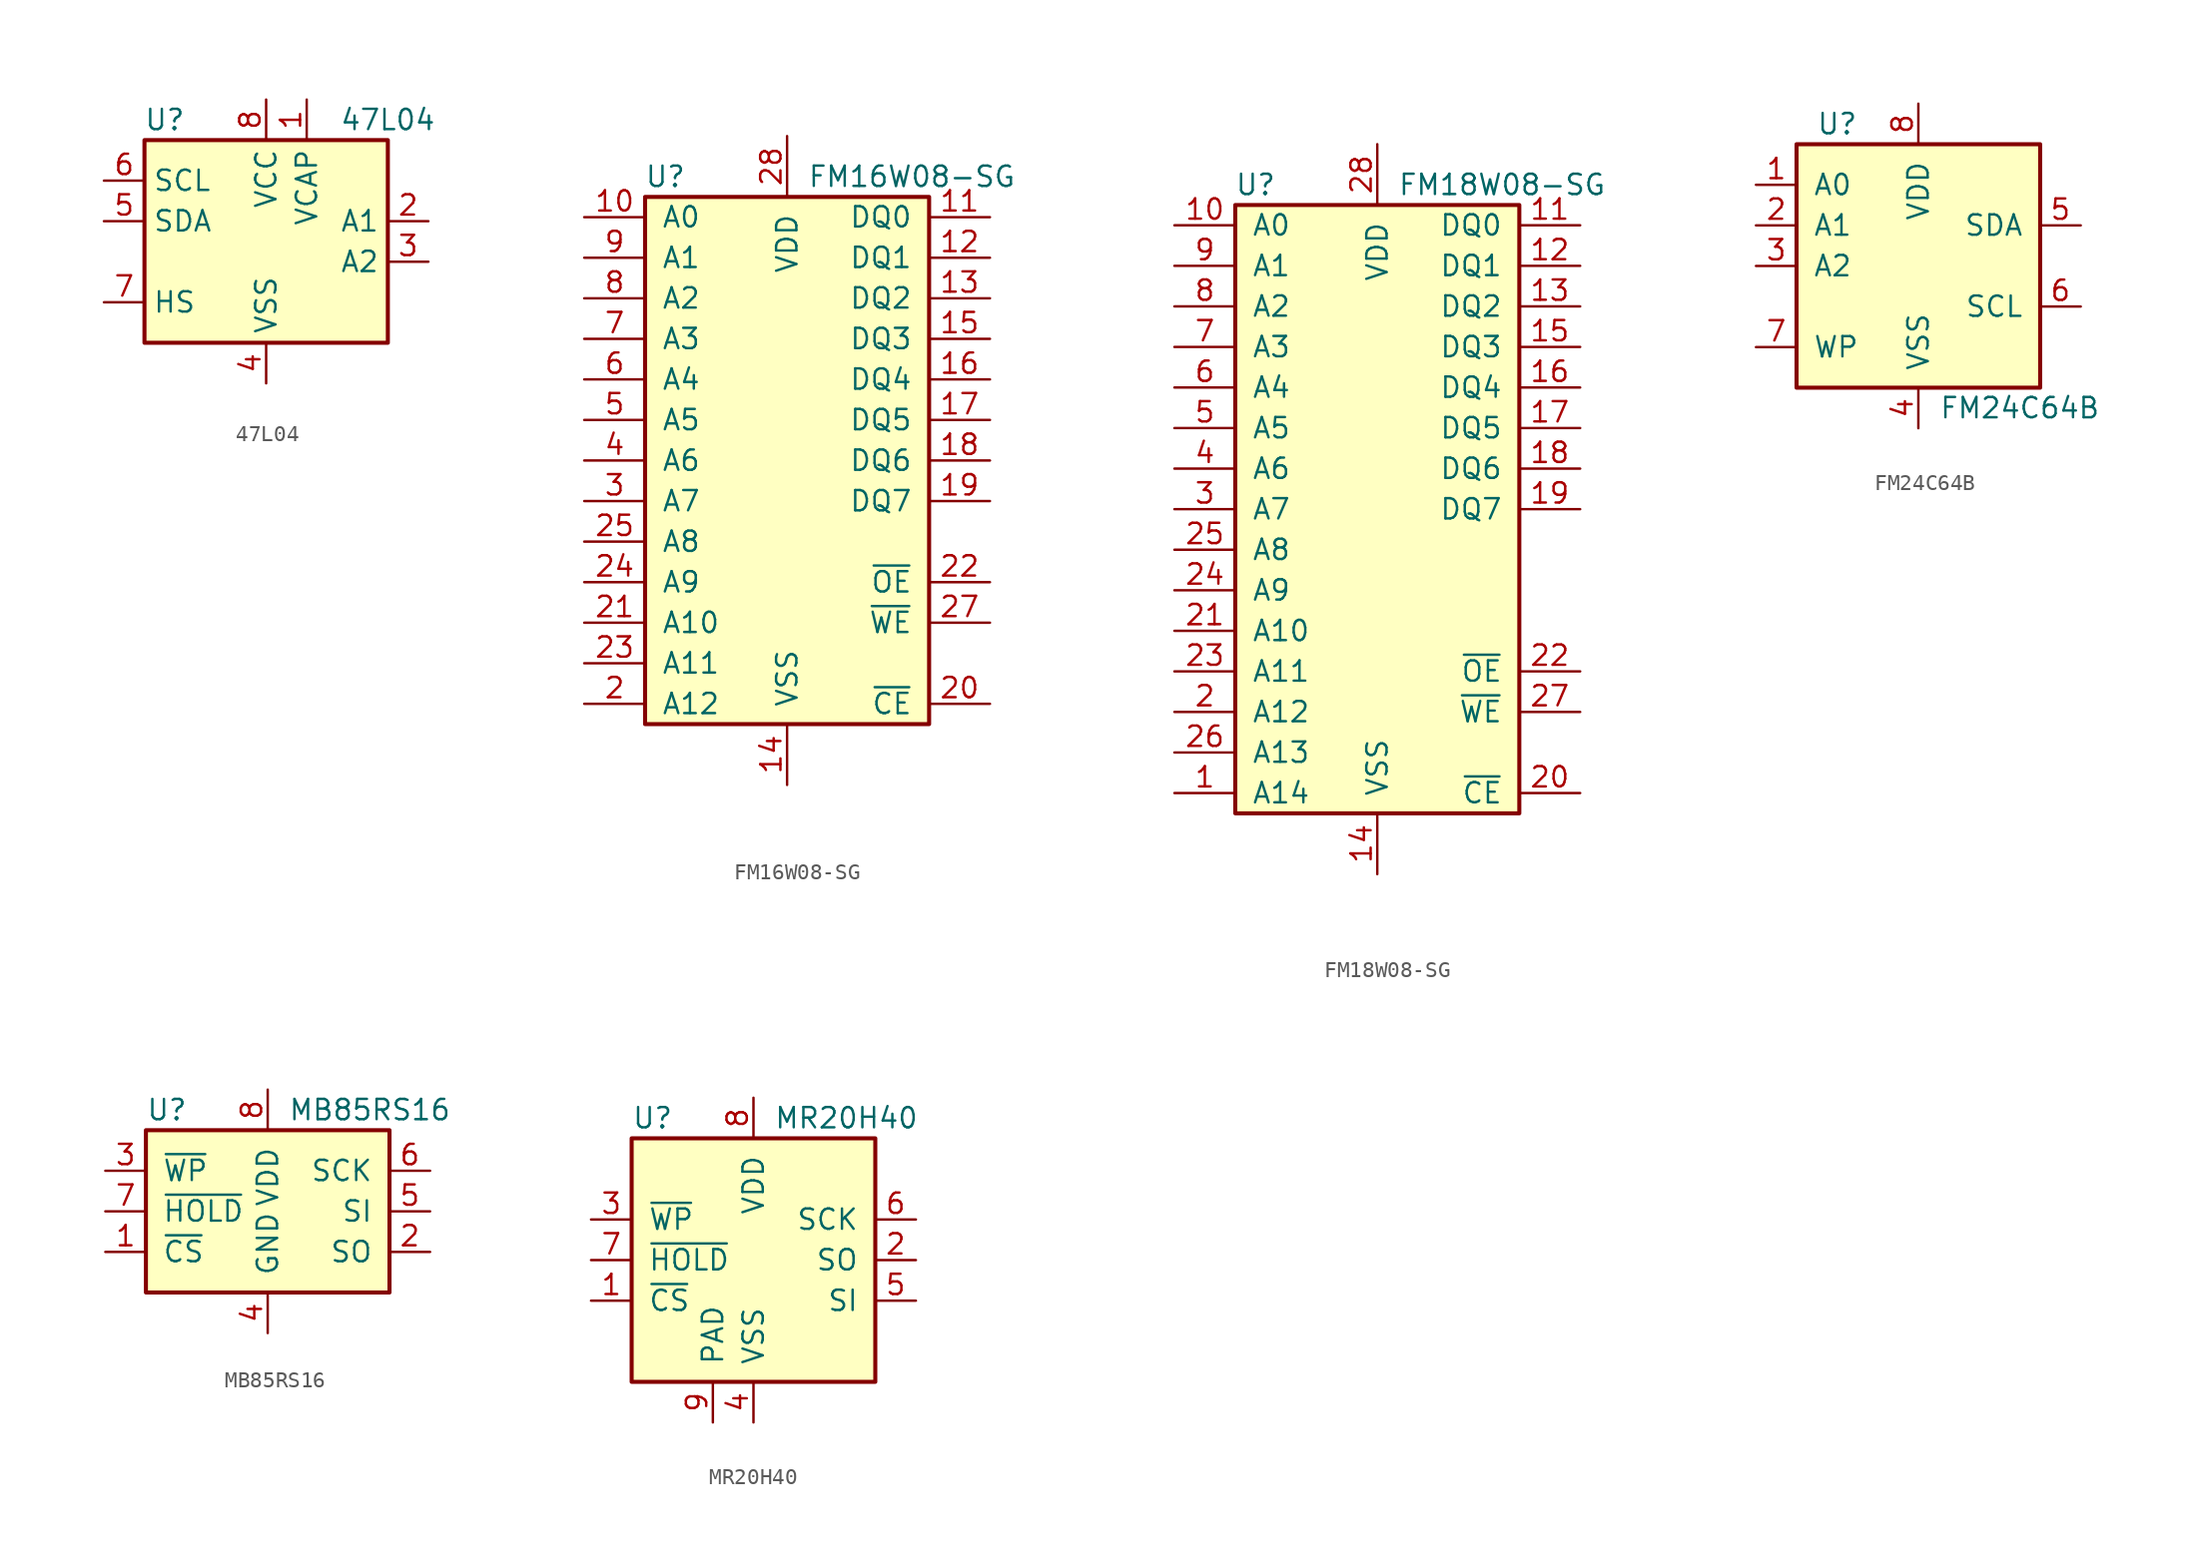
<source format=kicad_sym>
(kicad_symbol_lib
  (version 20211014)
  (generator kicad_symbol_editor)
  (symbol "47L04"
    (property "Reference" "U"
      (at -6.35 6.35 0)
      (effects (font (size 1.27 1.27))))
    (property "Value" "47L04"
      (at 7.62 6.35 0)
      (effects (font (size 1.27 1.27))))
    (symbol "47L04_1_1"
      (rectangle (start -7.62 5.08) (end 7.62 -7.62) (stroke (width 0.254) (type default) (color 0 0 0 0)) (fill (type background)))
      (pin power_in line (at 2.54 7.62 270) (length 2.54) (name "VCAP" (effects (font (size 1.27 1.27)))) (number "1" (effects (font (size 1.27 1.27)))))
      (pin input line (at 10.16 0 180) (length 2.54) (name "A1" (effects (font (size 1.27 1.27)))) (number "2" (effects (font (size 1.27 1.27)))))
      (pin input line (at 10.16 -2.54 180) (length 2.54) (name "A2" (effects (font (size 1.27 1.27)))) (number "3" (effects (font (size 1.27 1.27)))))
      (pin power_in line (at 0 -10.16 90) (length 2.54) (name "VSS" (effects (font (size 1.27 1.27)))) (number "4" (effects (font (size 1.27 1.27)))))
      (pin bidirectional line (at -10.16 0 0) (length 2.54) (name "SDA" (effects (font (size 1.27 1.27)))) (number "5" (effects (font (size 1.27 1.27)))))
      (pin input line (at -10.16 2.54 0) (length 2.54) (name "SCL" (effects (font (size 1.27 1.27)))) (number "6" (effects (font (size 1.27 1.27)))))
      (pin input line (at -10.16 -5.08 0) (length 2.54) (name "HS" (effects (font (size 1.27 1.27)))) (number "7" (effects (font (size 1.27 1.27)))))
      (pin power_in line (at 0 7.62 270) (length 2.54) (name "VCC" (effects (font (size 1.27 1.27)))) (number "8" (effects (font (size 1.27 1.27)))))))
  (symbol "FM16W08-SG"
    (pin_names
      (offset 1.016))
    (property "Reference" "U"
      (at -7.62 17.78 0)
      (effects (font (size 1.27 1.27))))
    (property "Value" "FM16W08-SG"
      (at 1.27 17.78 0)
      (effects (font (size 1.27 1.27)) (justify left)))
    (symbol "FM16W08-SG_0_1"
      (rectangle (start -8.89 16.51) (end 8.89 -16.51) (stroke (width 0.254) (type default) (color 0 0 0 0)) (fill (type background))))
    (symbol "FM16W08-SG_1_1"
      (pin input line (at -12.7 15.24 0) (length 3.81) (name "A0" (effects (font (size 1.27 1.27)))) (number "10" (effects (font (size 1.27 1.27)))))
      (pin bidirectional line (at 12.7 15.24 180) (length 3.81) (name "DQ0" (effects (font (size 1.27 1.27)))) (number "11" (effects (font (size 1.27 1.27)))))
      (pin bidirectional line (at 12.7 12.7 180) (length 3.81) (name "DQ1" (effects (font (size 1.27 1.27)))) (number "12" (effects (font (size 1.27 1.27)))))
      (pin bidirectional line (at 12.7 10.16 180) (length 3.81) (name "DQ2" (effects (font (size 1.27 1.27)))) (number "13" (effects (font (size 1.27 1.27)))))
      (pin power_in line (at 0 -20.32 90) (length 3.81) (name "VSS" (effects (font (size 1.27 1.27)))) (number "14" (effects (font (size 1.27 1.27)))))
      (pin bidirectional line (at 12.7 7.62 180) (length 3.81) (name "DQ3" (effects (font (size 1.27 1.27)))) (number "15" (effects (font (size 1.27 1.27)))))
      (pin bidirectional line (at 12.7 5.08 180) (length 3.81) (name "DQ4" (effects (font (size 1.27 1.27)))) (number "16" (effects (font (size 1.27 1.27)))))
      (pin bidirectional line (at 12.7 2.54 180) (length 3.81) (name "DQ5" (effects (font (size 1.27 1.27)))) (number "17" (effects (font (size 1.27 1.27)))))
      (pin bidirectional line (at 12.7 0 180) (length 3.81) (name "DQ6" (effects (font (size 1.27 1.27)))) (number "18" (effects (font (size 1.27 1.27)))))
      (pin bidirectional line (at 12.7 -2.54 180) (length 3.81) (name "DQ7" (effects (font (size 1.27 1.27)))) (number "19" (effects (font (size 1.27 1.27)))))
      (pin input line (at -12.7 -15.24 0) (length 3.81) (name "A12" (effects (font (size 1.27 1.27)))) (number "2" (effects (font (size 1.27 1.27)))))
      (pin input line (at 12.7 -15.24 180) (length 3.81) (name "~{CE}" (effects (font (size 1.27 1.27)))) (number "20" (effects (font (size 1.27 1.27)))))
      (pin input line (at -12.7 -10.16 0) (length 3.81) (name "A10" (effects (font (size 1.27 1.27)))) (number "21" (effects (font (size 1.27 1.27)))))
      (pin input line (at 12.7 -7.62 180) (length 3.81) (name "~{OE}" (effects (font (size 1.27 1.27)))) (number "22" (effects (font (size 1.27 1.27)))))
      (pin input line (at -12.7 -12.7 0) (length 3.81) (name "A11" (effects (font (size 1.27 1.27)))) (number "23" (effects (font (size 1.27 1.27)))))
      (pin input line (at -12.7 -7.62 0) (length 3.81) (name "A9" (effects (font (size 1.27 1.27)))) (number "24" (effects (font (size 1.27 1.27)))))
      (pin input line (at -12.7 -5.08 0) (length 3.81) (name "A8" (effects (font (size 1.27 1.27)))) (number "25" (effects (font (size 1.27 1.27)))))
      (pin input line (at 12.7 -10.16 180) (length 3.81) (name "~{WE}" (effects (font (size 1.27 1.27)))) (number "27" (effects (font (size 1.27 1.27)))))
      (pin power_in line (at 0 20.32 270) (length 3.81) (name "VDD" (effects (font (size 1.27 1.27)))) (number "28" (effects (font (size 1.27 1.27)))))
      (pin input line (at -12.7 -2.54 0) (length 3.81) (name "A7" (effects (font (size 1.27 1.27)))) (number "3" (effects (font (size 1.27 1.27)))))
      (pin input line (at -12.7 0 0) (length 3.81) (name "A6" (effects (font (size 1.27 1.27)))) (number "4" (effects (font (size 1.27 1.27)))))
      (pin input line (at -12.7 2.54 0) (length 3.81) (name "A5" (effects (font (size 1.27 1.27)))) (number "5" (effects (font (size 1.27 1.27)))))
      (pin input line (at -12.7 5.08 0) (length 3.81) (name "A4" (effects (font (size 1.27 1.27)))) (number "6" (effects (font (size 1.27 1.27)))))
      (pin input line (at -12.7 7.62 0) (length 3.81) (name "A3" (effects (font (size 1.27 1.27)))) (number "7" (effects (font (size 1.27 1.27)))))
      (pin input line (at -12.7 10.16 0) (length 3.81) (name "A2" (effects (font (size 1.27 1.27)))) (number "8" (effects (font (size 1.27 1.27)))))
      (pin input line (at -12.7 12.7 0) (length 3.81) (name "A1" (effects (font (size 1.27 1.27)))) (number "9" (effects (font (size 1.27 1.27)))))))
  (symbol "FM18W08-SG"
    (pin_names
      (offset 1.016))
    (property "Reference" "U"
      (at -7.62 20.32 0)
      (effects (font (size 1.27 1.27))))
    (property "Value" "FM18W08-SG"
      (at 1.27 20.32 0)
      (effects (font (size 1.27 1.27)) (justify left)))
    (symbol "FM18W08-SG_0_1"
      (rectangle (start -8.89 19.05) (end 8.89 -19.05) (stroke (width 0.254) (type default) (color 0 0 0 0)) (fill (type background))))
    (symbol "FM18W08-SG_1_1"
      (pin input line (at -12.7 -17.78 0) (length 3.81) (name "A14" (effects (font (size 1.27 1.27)))) (number "1" (effects (font (size 1.27 1.27)))))
      (pin input line (at -12.7 17.78 0) (length 3.81) (name "A0" (effects (font (size 1.27 1.27)))) (number "10" (effects (font (size 1.27 1.27)))))
      (pin bidirectional line (at 12.7 17.78 180) (length 3.81) (name "DQ0" (effects (font (size 1.27 1.27)))) (number "11" (effects (font (size 1.27 1.27)))))
      (pin bidirectional line (at 12.7 15.24 180) (length 3.81) (name "DQ1" (effects (font (size 1.27 1.27)))) (number "12" (effects (font (size 1.27 1.27)))))
      (pin bidirectional line (at 12.7 12.7 180) (length 3.81) (name "DQ2" (effects (font (size 1.27 1.27)))) (number "13" (effects (font (size 1.27 1.27)))))
      (pin power_in line (at 0 -22.86 90) (length 3.81) (name "VSS" (effects (font (size 1.27 1.27)))) (number "14" (effects (font (size 1.27 1.27)))))
      (pin bidirectional line (at 12.7 10.16 180) (length 3.81) (name "DQ3" (effects (font (size 1.27 1.27)))) (number "15" (effects (font (size 1.27 1.27)))))
      (pin bidirectional line (at 12.7 7.62 180) (length 3.81) (name "DQ4" (effects (font (size 1.27 1.27)))) (number "16" (effects (font (size 1.27 1.27)))))
      (pin bidirectional line (at 12.7 5.08 180) (length 3.81) (name "DQ5" (effects (font (size 1.27 1.27)))) (number "17" (effects (font (size 1.27 1.27)))))
      (pin bidirectional line (at 12.7 2.54 180) (length 3.81) (name "DQ6" (effects (font (size 1.27 1.27)))) (number "18" (effects (font (size 1.27 1.27)))))
      (pin bidirectional line (at 12.7 0 180) (length 3.81) (name "DQ7" (effects (font (size 1.27 1.27)))) (number "19" (effects (font (size 1.27 1.27)))))
      (pin input line (at -12.7 -12.7 0) (length 3.81) (name "A12" (effects (font (size 1.27 1.27)))) (number "2" (effects (font (size 1.27 1.27)))))
      (pin input line (at 12.7 -17.78 180) (length 3.81) (name "~{CE}" (effects (font (size 1.27 1.27)))) (number "20" (effects (font (size 1.27 1.27)))))
      (pin input line (at -12.7 -7.62 0) (length 3.81) (name "A10" (effects (font (size 1.27 1.27)))) (number "21" (effects (font (size 1.27 1.27)))))
      (pin input line (at 12.7 -10.16 180) (length 3.81) (name "~{OE}" (effects (font (size 1.27 1.27)))) (number "22" (effects (font (size 1.27 1.27)))))
      (pin input line (at -12.7 -10.16 0) (length 3.81) (name "A11" (effects (font (size 1.27 1.27)))) (number "23" (effects (font (size 1.27 1.27)))))
      (pin input line (at -12.7 -5.08 0) (length 3.81) (name "A9" (effects (font (size 1.27 1.27)))) (number "24" (effects (font (size 1.27 1.27)))))
      (pin input line (at -12.7 -2.54 0) (length 3.81) (name "A8" (effects (font (size 1.27 1.27)))) (number "25" (effects (font (size 1.27 1.27)))))
      (pin input line (at -12.7 -15.24 0) (length 3.81) (name "A13" (effects (font (size 1.27 1.27)))) (number "26" (effects (font (size 1.27 1.27)))))
      (pin input line (at 12.7 -12.7 180) (length 3.81) (name "~{WE}" (effects (font (size 1.27 1.27)))) (number "27" (effects (font (size 1.27 1.27)))))
      (pin power_in line (at 0 22.86 270) (length 3.81) (name "VDD" (effects (font (size 1.27 1.27)))) (number "28" (effects (font (size 1.27 1.27)))))
      (pin input line (at -12.7 0 0) (length 3.81) (name "A7" (effects (font (size 1.27 1.27)))) (number "3" (effects (font (size 1.27 1.27)))))
      (pin input line (at -12.7 2.54 0) (length 3.81) (name "A6" (effects (font (size 1.27 1.27)))) (number "4" (effects (font (size 1.27 1.27)))))
      (pin input line (at -12.7 5.08 0) (length 3.81) (name "A5" (effects (font (size 1.27 1.27)))) (number "5" (effects (font (size 1.27 1.27)))))
      (pin input line (at -12.7 7.62 0) (length 3.81) (name "A4" (effects (font (size 1.27 1.27)))) (number "6" (effects (font (size 1.27 1.27)))))
      (pin input line (at -12.7 10.16 0) (length 3.81) (name "A3" (effects (font (size 1.27 1.27)))) (number "7" (effects (font (size 1.27 1.27)))))
      (pin input line (at -12.7 12.7 0) (length 3.81) (name "A2" (effects (font (size 1.27 1.27)))) (number "8" (effects (font (size 1.27 1.27)))))
      (pin input line (at -12.7 15.24 0) (length 3.81) (name "A1" (effects (font (size 1.27 1.27)))) (number "9" (effects (font (size 1.27 1.27)))))))
  (symbol "FM24C64B"
    (pin_names
      (offset 1.016))
    (property "Reference" "U"
      (at -5.08 8.89 0)
      (effects (font (size 1.27 1.27))))
    (property "Value" "FM24C64B"
      (at 6.35 -8.89 0)
      (effects (font (size 1.27 1.27))))
    (symbol "FM24C64B_0_1"
      (rectangle (start -7.62 7.62) (end 7.62 -7.62) (stroke (width 0.254) (type default) (color 0 0 0 0)) (fill (type background))))
    (symbol "FM24C64B_1_1"
      (pin input line (at -10.16 5.08 0) (length 2.54) (name "A0" (effects (font (size 1.27 1.27)))) (number "1" (effects (font (size 1.27 1.27)))))
      (pin input line (at -10.16 2.54 0) (length 2.54) (name "A1" (effects (font (size 1.27 1.27)))) (number "2" (effects (font (size 1.27 1.27)))))
      (pin input line (at -10.16 0 0) (length 2.54) (name "A2" (effects (font (size 1.27 1.27)))) (number "3" (effects (font (size 1.27 1.27)))))
      (pin power_in line (at 0 -10.16 90) (length 2.54) (name "VSS" (effects (font (size 1.27 1.27)))) (number "4" (effects (font (size 1.27 1.27)))))
      (pin bidirectional line (at 10.16 2.54 180) (length 2.54) (name "SDA" (effects (font (size 1.27 1.27)))) (number "5" (effects (font (size 1.27 1.27)))))
      (pin input line (at 10.16 -2.54 180) (length 2.54) (name "SCL" (effects (font (size 1.27 1.27)))) (number "6" (effects (font (size 1.27 1.27)))))
      (pin input line (at -10.16 -5.08 0) (length 2.54) (name "WP" (effects (font (size 1.27 1.27)))) (number "7" (effects (font (size 1.27 1.27)))))
      (pin power_in line (at 0 10.16 270) (length 2.54) (name "VDD" (effects (font (size 1.27 1.27)))) (number "8" (effects (font (size 1.27 1.27)))))))
  (symbol "MB85RS16"
    (pin_names
      (offset 1.016))
    (property "Reference" "U"
      (at -7.62 6.35 0)
      (effects (font (size 1.27 1.27)) (justify left)))
    (property "Value" "MB85RS16"
      (at 1.27 6.35 0)
      (effects (font (size 1.27 1.27)) (justify left)))
    (symbol "MB85RS16_0_1"
      (rectangle (start -7.62 5.08) (end 7.62 -5.08) (stroke (width 0.254) (type default) (color 0 0 0 0)) (fill (type background))))
    (symbol "MB85RS16_1_1"
      (pin input line (at -10.16 -2.54 0) (length 2.54) (name "~{CS}" (effects (font (size 1.27 1.27)))) (number "1" (effects (font (size 1.27 1.27)))))
      (pin output line (at 10.16 -2.54 180) (length 2.54) (name "SO" (effects (font (size 1.27 1.27)))) (number "2" (effects (font (size 1.27 1.27)))))
      (pin input line (at -10.16 2.54 0) (length 2.54) (name "~{WP}" (effects (font (size 1.27 1.27)))) (number "3" (effects (font (size 1.27 1.27)))))
      (pin power_in line (at 0 -7.62 90) (length 2.54) (name "GND" (effects (font (size 1.27 1.27)))) (number "4" (effects (font (size 1.27 1.27)))))
      (pin input line (at 10.16 0 180) (length 2.54) (name "SI" (effects (font (size 1.27 1.27)))) (number "5" (effects (font (size 1.27 1.27)))))
      (pin input line (at 10.16 2.54 180) (length 2.54) (name "SCK" (effects (font (size 1.27 1.27)))) (number "6" (effects (font (size 1.27 1.27)))))
      (pin input line (at -10.16 0 0) (length 2.54) (name "~{HOLD}" (effects (font (size 1.27 1.27)))) (number "7" (effects (font (size 1.27 1.27)))))
      (pin power_in line (at 0 7.62 270) (length 2.54) (name "VDD" (effects (font (size 1.27 1.27)))) (number "8" (effects (font (size 1.27 1.27)))))))
  (symbol "MR20H40"
    (pin_names
      (offset 1.016))
    (property "Reference" "U"
      (at -7.62 8.89 0)
      (effects (font (size 1.27 1.27)) (justify left)))
    (property "Value" "MR20H40"
      (at 1.27 8.89 0)
      (effects (font (size 1.27 1.27)) (justify left)))
    (symbol "MR20H40_0_1"
      (rectangle (start -7.62 7.62) (end 7.62 -7.62) (stroke (width 0.254) (type default) (color 0 0 0 0)) (fill (type background))))
    (symbol "MR20H40_1_1"
      (pin input line (at -10.16 -2.54 0) (length 2.54) (name "~{CS}" (effects (font (size 1.27 1.27)))) (number "1" (effects (font (size 1.27 1.27)))))
      (pin output line (at 10.16 0 180) (length 2.54) (name "SO" (effects (font (size 1.27 1.27)))) (number "2" (effects (font (size 1.27 1.27)))))
      (pin input line (at -10.16 2.54 0) (length 2.54) (name "~{WP}" (effects (font (size 1.27 1.27)))) (number "3" (effects (font (size 1.27 1.27)))))
      (pin power_in line (at 0 -10.16 90) (length 2.54) (name "VSS" (effects (font (size 1.27 1.27)))) (number "4" (effects (font (size 1.27 1.27)))))
      (pin input line (at 10.16 -2.54 180) (length 2.54) (name "SI" (effects (font (size 1.27 1.27)))) (number "5" (effects (font (size 1.27 1.27)))))
      (pin input line (at 10.16 2.54 180) (length 2.54) (name "SCK" (effects (font (size 1.27 1.27)))) (number "6" (effects (font (size 1.27 1.27)))))
      (pin input line (at -10.16 0 0) (length 2.54) (name "~{HOLD}" (effects (font (size 1.27 1.27)))) (number "7" (effects (font (size 1.27 1.27)))))
      (pin power_in line (at 0 10.16 270) (length 2.54) (name "VDD" (effects (font (size 1.27 1.27)))) (number "8" (effects (font (size 1.27 1.27)))))
      (pin power_in line (at -2.54 -10.16 90) (length 2.54) (name "PAD" (effects (font (size 1.27 1.27)))) (number "9" (effects (font (size 1.27 1.27))))))))
</source>
